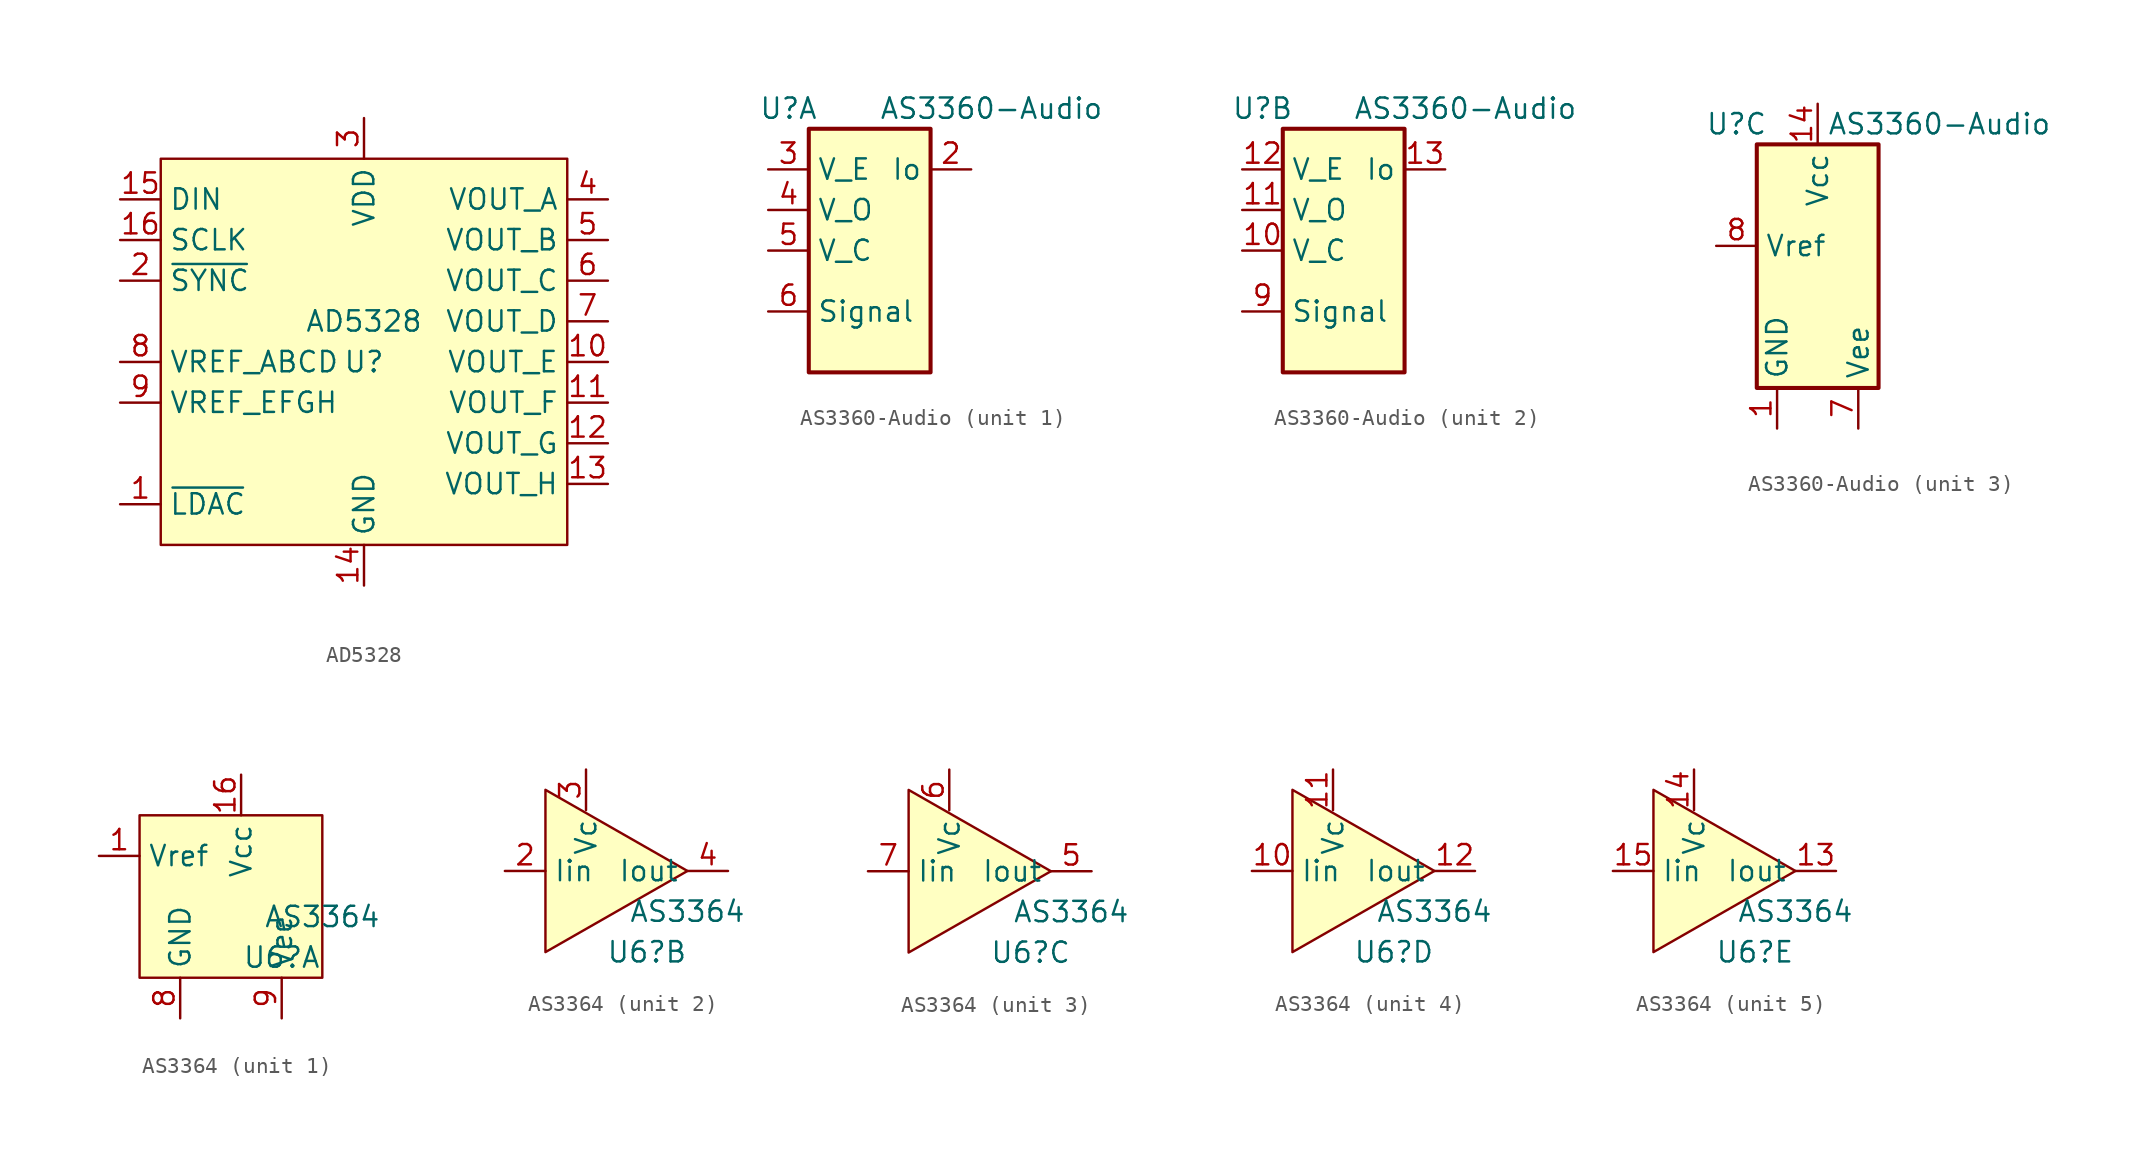
<source format=kicad_sym>
(kicad_symbol_lib
  (version 20220914)
  (generator kicad_symbol_editor)
  (symbol "AD5328"
    (property "Reference" "U"
      (at 0 -2.54 0)
      (effects (font (size 1.27 1.27))))
    (property "Value" "AD5328"
      (at 0 0 0)
      (effects (font (size 1.27 1.27))))
    (symbol "AD5328_0_1"
      (rectangle (start -12.7 10.16) (end 12.7 -13.97) (stroke (width 0.152) (type default)) (fill (type background))))
    (symbol "AD5328_1_1"
      (pin input line (at -15.24 -11.43 0) (length 2.54) (name "~{LDAC}" (effects (font (size 1.27 1.27)))) (number "1" (effects (font (size 1.27 1.27)))))
      (pin output line (at 15.24 -2.54 180) (length 2.54) (name "VOUT_E" (effects (font (size 1.27 1.27)))) (number "10" (effects (font (size 1.27 1.27)))))
      (pin output line (at 15.24 -5.08 180) (length 2.54) (name "VOUT_F" (effects (font (size 1.27 1.27)))) (number "11" (effects (font (size 1.27 1.27)))))
      (pin output line (at 15.24 -7.62 180) (length 2.54) (name "VOUT_G" (effects (font (size 1.27 1.27)))) (number "12" (effects (font (size 1.27 1.27)))))
      (pin output line (at 15.24 -10.16 180) (length 2.54) (name "VOUT_H" (effects (font (size 1.27 1.27)))) (number "13" (effects (font (size 1.27 1.27)))))
      (pin power_in line (at 0 -16.51 90) (length 2.54) (name "GND" (effects (font (size 1.27 1.27)))) (number "14" (effects (font (size 1.27 1.27)))))
      (pin input line (at -15.24 7.62 0) (length 2.54) (name "DIN" (effects (font (size 1.27 1.27)))) (number "15" (effects (font (size 1.27 1.27)))))
      (pin input line (at -15.24 5.08 0) (length 2.54) (name "SCLK" (effects (font (size 1.27 1.27)))) (number "16" (effects (font (size 1.27 1.27)))))
      (pin input line (at -15.24 2.54 0) (length 2.54) (name "~{SYNC}" (effects (font (size 1.27 1.27)))) (number "2" (effects (font (size 1.27 1.27)))))
      (pin power_in line (at 0 12.7 270) (length 2.54) (name "VDD" (effects (font (size 1.27 1.27)))) (number "3" (effects (font (size 1.27 1.27)))))
      (pin output line (at 15.24 7.62 180) (length 2.54) (name "VOUT_A" (effects (font (size 1.27 1.27)))) (number "4" (effects (font (size 1.27 1.27)))))
      (pin output line (at 15.24 5.08 180) (length 2.54) (name "VOUT_B" (effects (font (size 1.27 1.27)))) (number "5" (effects (font (size 1.27 1.27)))))
      (pin output line (at 15.24 2.54 180) (length 2.54) (name "VOUT_C" (effects (font (size 1.27 1.27)))) (number "6" (effects (font (size 1.27 1.27)))))
      (pin output line (at 15.24 0 180) (length 2.54) (name "VOUT_D" (effects (font (size 1.27 1.27)))) (number "7" (effects (font (size 1.27 1.27)))))
      (pin input line (at -15.24 -2.54 0) (length 2.54) (name "VREF_ABCD" (effects (font (size 1.27 1.27)))) (number "8" (effects (font (size 1.27 1.27)))))
      (pin input line (at -15.24 -5.08 0) (length 2.54) (name "VREF_EFGH" (effects (font (size 1.27 1.27)))) (number "9" (effects (font (size 1.27 1.27)))))))
  (symbol "AS3360-Audio"
    (property "Reference" "U"
      (at -5.08 7.62 0)
      (effects (font (size 1.27 1.27))))
    (property "Value" "AS3360-Audio"
      (at 7.62 7.62 0)
      (effects (font (size 1.27 1.27))))
    (property "ki_locked" ""
      (at 0 0 0)
      (effects (font (size 1.27 1.27))))
    (symbol "AS3360-Audio_0_1"
      (rectangle (start -3.81 6.35) (end 3.81 -8.89) (stroke (width 0.254) (type default)) (fill (type background))))
    (symbol "AS3360-Audio_1_1"
      (pin output line (at 6.35 3.81 180) (length 2.54) (name "Io" (effects (font (size 1.27 1.27)))) (number "2" (effects (font (size 1.27 1.27)))))
      (pin input line (at -6.35 3.81 0) (length 2.54) (name "V_E" (effects (font (size 1.27 1.27)))) (number "3" (effects (font (size 1.27 1.27)))))
      (pin output line (at -6.35 1.27 0) (length 2.54) (name "V_O" (effects (font (size 1.27 1.27)))) (number "4" (effects (font (size 1.27 1.27)))))
      (pin input line (at -6.35 -1.27 0) (length 2.54) (name "V_C" (effects (font (size 1.27 1.27)))) (number "5" (effects (font (size 1.27 1.27)))))
      (pin input line (at -6.35 -5.08 0) (length 2.54) (name "Signal" (effects (font (size 1.27 1.27)))) (number "6" (effects (font (size 1.27 1.27))))))
    (symbol "AS3360-Audio_2_1"
      (pin input line (at -6.35 -1.27 0) (length 2.54) (name "V_C" (effects (font (size 1.27 1.27)))) (number "10" (effects (font (size 1.27 1.27)))))
      (pin output line (at -6.35 1.27 0) (length 2.54) (name "V_O" (effects (font (size 1.27 1.27)))) (number "11" (effects (font (size 1.27 1.27)))))
      (pin input line (at -6.35 3.81 0) (length 2.54) (name "V_E" (effects (font (size 1.27 1.27)))) (number "12" (effects (font (size 1.27 1.27)))))
      (pin output line (at 6.35 3.81 180) (length 2.54) (name "Io" (effects (font (size 1.27 1.27)))) (number "13" (effects (font (size 1.27 1.27)))))
      (pin input line (at -6.35 -5.08 0) (length 2.54) (name "Signal" (effects (font (size 1.27 1.27)))) (number "9" (effects (font (size 1.27 1.27))))))
    (symbol "AS3360-Audio_3_1"
      (pin power_in line (at -2.54 -11.43 90) (length 2.54) (name "GND" (effects (font (size 1.27 1.27)))) (number "1" (effects (font (size 1.27 1.27)))))
      (pin power_in line (at 0 8.89 270) (length 2.54) (name "Vcc" (effects (font (size 1.27 1.27)))) (number "14" (effects (font (size 1.27 1.27)))))
      (pin power_in line (at 2.54 -11.43 90) (length 2.54) (name "Vee" (effects (font (size 1.27 1.27)))) (number "7" (effects (font (size 1.27 1.27)))))
      (pin input line (at -6.35 0 0) (length 2.54) (name "Vref" (effects (font (size 1.27 1.27)))) (number "8" (effects (font (size 1.27 1.27)))))))
  (symbol "AS3364"
    (property "Reference" "U6"
      (at 3.81 -5.08 0)
      (effects (font (size 1.27 1.27))))
    (property "Value" "AS3364"
      (at 6.35 -2.54 0)
      (effects (font (size 1.27 1.27))))
    (property "ki_locked" ""
      (at 0 0 0)
      (effects (font (size 1.27 1.27))))
    (symbol "AS3364_1_1"
      (rectangle (start -5.08 3.81) (end 6.35 -6.35) (stroke (width 0.152) (type default)) (fill (type background)))
      (pin input line (at -7.62 1.27 0) (length 2.54) (name "Vref" (effects (font (size 1.27 1.27)))) (number "1" (effects (font (size 1.27 1.27)))))
      (pin power_in line (at 1.27 6.35 270) (length 2.54) (name "Vcc" (effects (font (size 1.27 1.27)))) (number "16" (effects (font (size 1.27 1.27)))))
      (pin power_in line (at -2.54 -8.89 90) (length 2.54) (name "GND" (effects (font (size 1.27 1.27)))) (number "8" (effects (font (size 1.27 1.27)))))
      (pin power_in line (at 3.81 -8.89 90) (length 2.54) (name "Vee" (effects (font (size 1.27 1.27)))) (number "9" (effects (font (size 1.27 1.27))))))
    (symbol "AS3364_2_1"
      (polyline (pts (xy -2.54 0) (xy -2.54 -5.08) (xy 6.35 0) (xy -2.54 5.08) (xy -2.54 0)) (stroke (width 0.152) (type default)) (fill (type background)))
      (pin input line (at -5.08 0 0) (length 2.54) (name "Iin" (effects (font (size 1.27 1.27)))) (number "2" (effects (font (size 1.27 1.27)))))
      (pin input line (at 0 6.35 270) (length 2.54) (name "Vc" (effects (font (size 1.27 1.27)))) (number "3" (effects (font (size 1.27 1.27)))))
      (pin bidirectional line (at 8.89 0 180) (length 2.54) (name "Iout" (effects (font (size 1.27 1.27)))) (number "4" (effects (font (size 1.27 1.27))))))
    (symbol "AS3364_3_1"
      (polyline (pts (xy -3.81 0) (xy -3.81 -5.08) (xy 5.08 0) (xy -3.81 5.08) (xy -3.81 0)) (stroke (width 0.152) (type default)) (fill (type background)))
      (pin bidirectional line (at 7.62 0 180) (length 2.54) (name "Iout" (effects (font (size 1.27 1.27)))) (number "5" (effects (font (size 1.27 1.27)))))
      (pin input line (at -1.27 6.35 270) (length 2.54) (name "Vc" (effects (font (size 1.27 1.27)))) (number "6" (effects (font (size 1.27 1.27)))))
      (pin input line (at -6.35 0 0) (length 2.54) (name "Iin" (effects (font (size 1.27 1.27)))) (number "7" (effects (font (size 1.27 1.27))))))
    (symbol "AS3364_4_1"
      (polyline (pts (xy -2.54 0) (xy -2.54 -5.08) (xy 6.35 0) (xy -2.54 5.08) (xy -2.54 0)) (stroke (width 0.152) (type default)) (fill (type background)))
      (pin input line (at -5.08 0 0) (length 2.54) (name "Iin" (effects (font (size 1.27 1.27)))) (number "10" (effects (font (size 1.27 1.27)))))
      (pin input line (at 0 6.35 270) (length 2.54) (name "Vc" (effects (font (size 1.27 1.27)))) (number "11" (effects (font (size 1.27 1.27)))))
      (pin bidirectional line (at 8.89 0 180) (length 2.54) (name "Iout" (effects (font (size 1.27 1.27)))) (number "12" (effects (font (size 1.27 1.27))))))
    (symbol "AS3364_5_1"
      (polyline (pts (xy -2.54 0) (xy -2.54 -5.08) (xy 6.35 0) (xy -2.54 5.08) (xy -2.54 0)) (stroke (width 0.152) (type default)) (fill (type background)))
      (pin bidirectional line (at 8.89 0 180) (length 2.54) (name "Iout" (effects (font (size 1.27 1.27)))) (number "13" (effects (font (size 1.27 1.27)))))
      (pin input line (at 0 6.35 270) (length 2.54) (name "Vc" (effects (font (size 1.27 1.27)))) (number "14" (effects (font (size 1.27 1.27)))))
      (pin input line (at -5.08 0 0) (length 2.54) (name "Iin" (effects (font (size 1.27 1.27)))) (number "15" (effects (font (size 1.27 1.27))))))))
</source>
